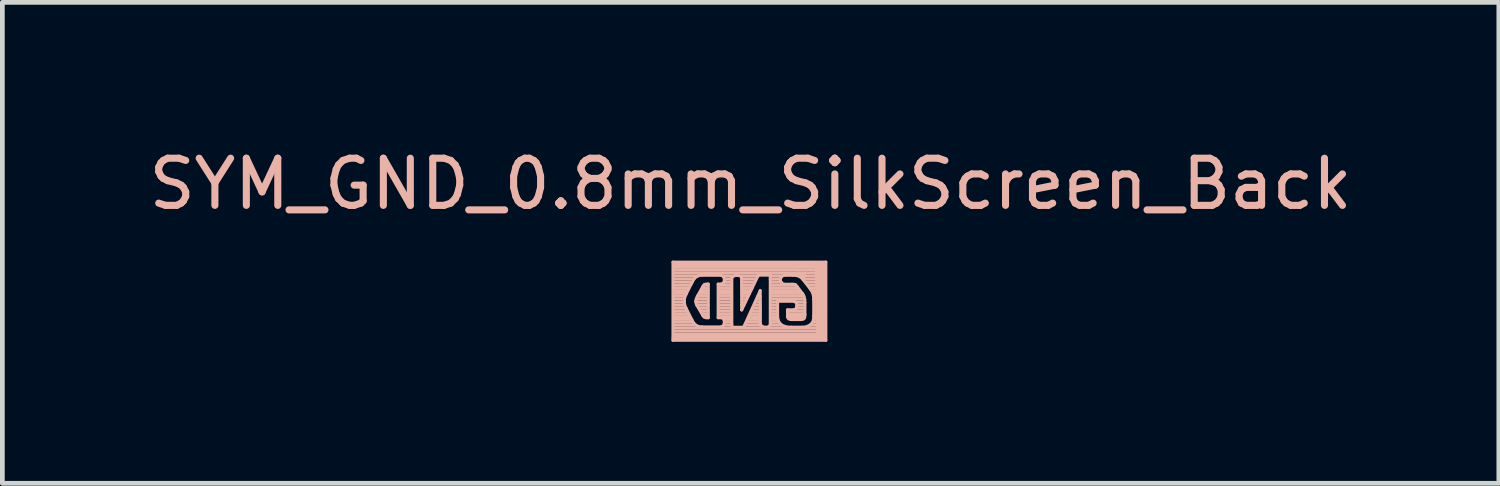
<source format=kicad_pcb>
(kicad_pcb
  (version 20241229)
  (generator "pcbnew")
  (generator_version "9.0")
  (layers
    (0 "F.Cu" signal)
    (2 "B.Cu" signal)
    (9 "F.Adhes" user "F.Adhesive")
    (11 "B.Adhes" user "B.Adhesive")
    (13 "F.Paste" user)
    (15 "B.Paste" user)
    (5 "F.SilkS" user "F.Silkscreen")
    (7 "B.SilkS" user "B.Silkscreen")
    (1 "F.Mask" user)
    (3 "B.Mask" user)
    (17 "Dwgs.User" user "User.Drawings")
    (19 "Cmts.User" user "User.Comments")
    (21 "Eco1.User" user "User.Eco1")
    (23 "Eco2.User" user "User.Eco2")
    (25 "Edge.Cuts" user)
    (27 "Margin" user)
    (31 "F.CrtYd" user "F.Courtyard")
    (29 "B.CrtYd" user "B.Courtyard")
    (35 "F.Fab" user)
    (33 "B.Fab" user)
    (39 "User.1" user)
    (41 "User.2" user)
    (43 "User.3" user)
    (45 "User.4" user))
  (footprint "SYM_GND_0.8mm_SilkScreen_Back"
    (layer "F.Cu")
    (at 12.787 3.287)
    (property "Reference" "SYM_GND_0.8mm_SilkScreen_Back" (at 0.076 -2.438 0) (layer "B.SilkS") (effects (font (size 1 1) (thickness 0.15))))
    (attr through_hole)
    (fp_line (start -1.57 -0.78) (end -1.57 0.878) (stroke (width 0.064) (type solid)) (layer "B.SilkS"))
    (fp_line (start -1.57 0.878) (end 1.672 0.878) (stroke (width 0.064) (type solid)) (layer "B.SilkS"))
    (fp_line (start -1.537 0.826) (end 1.626 0.8) (stroke (width 0.12) (type solid)) (layer "B.SilkS"))
    (fp_line (start -1.348 0.068) (end -1.549 0.068) (stroke (width 0.064) (type solid)) (layer "B.SilkS"))
    (fp_line (start -1.333 0.006) (end -1.549 0.006) (stroke (width 0.064) (type solid)) (layer "B.SilkS"))
    (fp_line (start -1.33 0.129) (end -1.549 0.129) (stroke (width 0.064) (type solid)) (layer "B.SilkS"))
    (fp_line (start -1.322 -0.055) (end -1.549 -0.055) (stroke (width 0.064) (type solid)) (layer "B.SilkS"))
    (fp_line (start -1.311 0.19) (end -1.549 0.19) (stroke (width 0.064) (type solid)) (layer "B.SilkS"))
    (fp_line (start -1.293 -0.116) (end -1.549 -0.116) (stroke (width 0.064) (type solid)) (layer "B.SilkS"))
    (fp_line (start -1.289 -0.104) (end -1.17 -0.342) (stroke (width 0.064) (type solid)) (layer "B.SilkS"))
    (fp_line (start -1.276 0.251) (end -1.549 0.251) (stroke (width 0.064) (type solid)) (layer "B.SilkS"))
    (fp_line (start -1.262 -0.177) (end -1.549 -0.177) (stroke (width 0.064) (type solid)) (layer "B.SilkS"))
    (fp_line (start -1.255 0.313) (end -1.549 0.313) (stroke (width 0.064) (type solid)) (layer "B.SilkS"))
    (fp_line (start -1.233 -0.239) (end -1.549 -0.239) (stroke (width 0.064) (type solid)) (layer "B.SilkS"))
    (fp_line (start -1.218 0.374) (end -1.549 0.374) (stroke (width 0.064) (type solid)) (layer "B.SilkS"))
    (fp_line (start -1.191 -0.3) (end -1.549 -0.3) (stroke (width 0.064) (type solid)) (layer "B.SilkS"))
    (fp_line (start -1.19 0.435) (end -1.549 0.435) (stroke (width 0.064) (type solid)) (layer "B.SilkS"))
    (fp_line (start -1.167 0.446) (end -1.29 0.201) (stroke (width 0.064) (type solid)) (layer "B.SilkS"))
    (fp_line (start -1.163 -0.361) (end -1.549 -0.361) (stroke (width 0.064) (type solid)) (layer "B.SilkS"))
    (fp_line (start -1.156 0.496) (end -1.549 0.496) (stroke (width 0.064) (type solid)) (layer "B.SilkS"))
    (fp_line (start -1.128 -0.422) (end -1.549 -0.422) (stroke (width 0.064) (type solid)) (layer "B.SilkS"))
    (fp_line (start -1.088 0.558) (end -1.549 0.558) (stroke (width 0.064) (type solid)) (layer "B.SilkS"))
    (fp_line (start -1.06 0.141) (end -0.941 0.343) (stroke (width 0.064) (type solid)) (layer "B.SilkS"))
    (fp_line (start -1.052 -0.484) (end -1.549 -0.484) (stroke (width 0.064) (type solid)) (layer "B.SilkS"))
    (fp_line (start -0.966 -0.5) (end -0.558 -0.5) (stroke (width 0.064) (type solid)) (layer "B.SilkS"))
    (fp_line (start -0.94 -0.257) (end -1.052 -0.057) (stroke (width 0.064) (type solid)) (layer "B.SilkS"))
    (fp_line (start -0.847 0.399) (end -0.821 0.399) (stroke (width 0.064) (type solid)) (layer "B.SilkS"))
    (fp_line (start -0.837 0.19) (end -1.009 0.19) (stroke (width 0.064) (type solid)) (layer "B.SilkS"))
    (fp_line (start -0.837 0.068) (end -1.066 0.068) (stroke (width 0.064) (type solid)) (layer "B.SilkS"))
    (fp_line (start -0.835 -0.239) (end -0.932 -0.239) (stroke (width 0.064) (type solid)) (layer "B.SilkS"))
    (fp_line (start -0.832 -0.3) (end -0.901 -0.3) (stroke (width 0.064) (type solid)) (layer "B.SilkS"))
    (fp_line (start -0.83 -0.055) (end -1.033 -0.055) (stroke (width 0.064) (type solid)) (layer "B.SilkS"))
    (fp_line (start -0.83 0.251) (end -0.966 0.251) (stroke (width 0.064) (type solid)) (layer "B.SilkS"))
    (fp_line (start -0.83 0.313) (end -0.932 0.313) (stroke (width 0.064) (type solid)) (layer "B.SilkS"))
    (fp_line (start -0.829 0.006) (end -1.058 0.006) (stroke (width 0.064) (type solid)) (layer "B.SilkS"))
    (fp_line (start -0.827 -0.116) (end -1.004 -0.116) (stroke (width 0.064) (type solid)) (layer "B.SilkS"))
    (fp_line (start -0.826 0.129) (end -1.042 0.129) (stroke (width 0.064) (type solid)) (layer "B.SilkS"))
    (fp_line (start -0.825 -0.177) (end -0.97 -0.177) (stroke (width 0.064) (type solid)) (layer "B.SilkS"))
    (fp_line (start -0.825 0.374) (end -0.904 0.374) (stroke (width 0.064) (type solid)) (layer "B.SilkS"))
    (fp_line (start -0.821 -0.314) (end -0.838 -0.314) (stroke (width 0.064) (type solid)) (layer "B.SilkS"))
    (fp_line (start -0.821 0.399) (end -0.821 -0.314) (stroke (width 0.064) (type solid)) (layer "B.SilkS"))
    (fp_line (start -0.612 -0.314) (end -0.612 0.399) (stroke (width 0.064) (type solid)) (layer "B.SilkS"))
    (fp_line (start -0.612 0.399) (end -0.547 0.399) (stroke (width 0.064) (type solid)) (layer "B.SilkS"))
    (fp_line (start -0.562 -0.314) (end -0.612 -0.314) (stroke (width 0.064) (type solid)) (layer "B.SilkS"))
    (fp_line (start -0.547 0.593) (end -0.954 0.593) (stroke (width 0.064) (type solid)) (layer "B.SilkS"))
    (fp_line (start -0.341 -0.361) (end -0.477 -0.361) (stroke (width 0.064) (type solid)) (layer "B.SilkS"))
    (fp_line (start -0.336 -0.239) (end -0.598 -0.239) (stroke (width 0.064) (type solid)) (layer "B.SilkS"))
    (fp_line (start -0.333 0.435) (end -0.487 0.435) (stroke (width 0.064) (type solid)) (layer "B.SilkS"))
    (fp_line (start -0.331 -0.422) (end -0.469 -0.422) (stroke (width 0.064) (type solid)) (layer "B.SilkS"))
    (fp_line (start -0.331 0.251) (end -0.597 0.251) (stroke (width 0.064) (type solid)) (layer "B.SilkS"))
    (fp_line (start -0.331 0.313) (end -0.599 0.313) (stroke (width 0.064) (type solid)) (layer "B.SilkS"))
    (fp_line (start -0.331 -0.116) (end -0.596 -0.116) (stroke (width 0.064) (type solid)) (layer "B.SilkS"))
    (fp_line (start -0.33 -0.3) (end -0.585 -0.3) (stroke (width 0.064) (type solid)) (layer "B.SilkS"))
    (fp_line (start -0.328 -0.177) (end -0.594 -0.177) (stroke (width 0.064) (type solid)) (layer "B.SilkS"))
    (fp_line (start -0.328 0.19) (end -0.592 0.19) (stroke (width 0.064) (type solid)) (layer "B.SilkS"))
    (fp_line (start -0.328 0.496) (end -0.46 0.496) (stroke (width 0.064) (type solid)) (layer "B.SilkS"))
    (fp_line (start -0.327 0.006) (end -0.594 0.006) (stroke (width 0.064) (type solid)) (layer "B.SilkS"))
    (fp_line (start -0.327 0.129) (end -0.595 0.129) (stroke (width 0.064) (type solid)) (layer "B.SilkS"))
    (fp_line (start -0.326 -0.055) (end -0.595 -0.055) (stroke (width 0.064) (type solid)) (layer "B.SilkS"))
    (fp_line (start -0.326 0.374) (end -0.601 0.374) (stroke (width 0.064) (type solid)) (layer "B.SilkS"))
    (fp_line (start -0.325 0.068) (end -0.599 0.068) (stroke (width 0.064) (type solid)) (layer "B.SilkS"))
    (fp_line (start -0.322 0.601) (end -0.322 -0.435) (stroke (width 0.064) (type solid)) (layer "B.SilkS"))
    (fp_line (start -0.321 0.558) (end -0.485 0.558) (stroke (width 0.064) (type solid)) (layer "B.SilkS"))
    (fp_line (start -0.296 -0.484) (end -0.502 -0.484) (stroke (width 0.064) (type solid)) (layer "B.SilkS"))
    (fp_line (start -0.115 -0.435) (end -0.113 0.232) (stroke (width 0.064) (type solid)) (layer "B.SilkS"))
    (fp_line (start -0.112 0.232) (end 0.24 -0.503) (stroke (width 0.064) (type solid)) (layer "B.SilkS"))
    (fp_line (start -0.072 0.601) (end -0.322 0.601) (stroke (width 0.064) (type solid)) (layer "B.SilkS"))
    (fp_line (start -0.067 0.129) (end -0.113 0.129) (stroke (width 0.064) (type solid)) (layer "B.SilkS"))
    (fp_line (start -0.039 0.068) (end -0.108 0.068) (stroke (width 0.064) (type solid)) (layer "B.SilkS"))
    (fp_line (start -0.014 0.006) (end -0.102 0.006) (stroke (width 0.064) (type solid)) (layer "B.SilkS"))
    (fp_line (start 0.013 -0.055) (end -0.091 -0.055) (stroke (width 0.064) (type solid)) (layer "B.SilkS"))
    (fp_line (start 0.051 -0.116) (end -0.101 -0.116) (stroke (width 0.064) (type solid)) (layer "B.SilkS"))
    (fp_line (start 0.079 -0.177) (end -0.103 -0.177) (stroke (width 0.064) (type solid)) (layer "B.SilkS"))
    (fp_line (start 0.11 -0.239) (end -0.102 -0.239) (stroke (width 0.064) (type solid)) (layer "B.SilkS"))
    (fp_line (start 0.13 -0.3) (end -0.101 -0.3) (stroke (width 0.064) (type solid)) (layer "B.SilkS"))
    (fp_line (start 0.154 -0.361) (end -0.091 -0.361) (stroke (width 0.064) (type solid)) (layer "B.SilkS"))
    (fp_line (start 0.188 -0.422) (end -0.101 -0.422) (stroke (width 0.064) (type solid)) (layer "B.SilkS"))
    (fp_line (start 0.232 -0.484) (end -0.121 -0.484) (stroke (width 0.064) (type solid)) (layer "B.SilkS"))
    (fp_line (start 0.24 -0.503) (end 0.493 -0.503) (stroke (width 0.064) (type solid)) (layer "B.SilkS"))
    (fp_line (start 0.27 0.374) (end 0.047 0.374) (stroke (width 0.064) (type solid)) (layer "B.SilkS"))
    (fp_line (start 0.27 0.006) (end 0.216 0.006) (stroke (width 0.064) (type solid)) (layer "B.SilkS"))
    (fp_line (start 0.273 0.435) (end 0.02 0.435) (stroke (width 0.064) (type solid)) (layer "B.SilkS"))
    (fp_line (start 0.274 0.129) (end 0.165 0.129) (stroke (width 0.064) (type solid)) (layer "B.SilkS"))
    (fp_line (start 0.274 0.19) (end 0.133 0.19) (stroke (width 0.064) (type solid)) (layer "B.SilkS"))
    (fp_line (start 0.274 0.496) (end -0.004 0.496) (stroke (width 0.064) (type solid)) (layer "B.SilkS"))
    (fp_line (start 0.278 0.313) (end 0.086 0.313) (stroke (width 0.064) (type solid)) (layer "B.SilkS"))
    (fp_line (start 0.278 0.068) (end 0.185 0.068) (stroke (width 0.064) (type solid)) (layer "B.SilkS"))
    (fp_line (start 0.279 0.251) (end 0.107 0.251) (stroke (width 0.064) (type solid)) (layer "B.SilkS"))
    (fp_line (start 0.28 -0.055) (end 0.233 -0.055) (stroke (width 0.064) (type solid)) (layer "B.SilkS"))
    (fp_line (start 0.28 -0.176) (end -0.072 0.601) (stroke (width 0.064) (type solid)) (layer "B.SilkS"))
    (fp_line (start 0.298 0.558) (end -0.045 0.558) (stroke (width 0.064) (type solid)) (layer "B.SilkS"))
    (fp_line (start 0.493 -0.503) (end 0.493 0.533) (stroke (width 0.064) (type solid)) (layer "B.SilkS"))
    (fp_line (start 0.629 0.129) (end 0.513 0.129) (stroke (width 0.064) (type solid)) (layer "B.SilkS"))
    (fp_line (start 0.634 0.251) (end 0.502 0.251) (stroke (width 0.064) (type solid)) (layer "B.SilkS"))
    (fp_line (start 0.637 0.19) (end 0.512 0.19) (stroke (width 0.064) (type solid)) (layer "B.SilkS"))
    (fp_line (start 0.642 0.313) (end 0.502 0.313) (stroke (width 0.064) (type solid)) (layer "B.SilkS"))
    (fp_line (start 0.643 0.068) (end 0.509 0.068) (stroke (width 0.064) (type solid)) (layer "B.SilkS"))
    (fp_line (start 0.643 0.374) (end 0.503 0.374) (stroke (width 0.064) (type solid)) (layer "B.SilkS"))
    (fp_line (start 0.649 0.05) (end 0.99 0.05) (stroke (width 0.064) (type solid)) (layer "B.SilkS"))
    (fp_line (start 0.649 0.361) (end 0.649 0.05) (stroke (width 0.064) (type solid)) (layer "B.SilkS"))
    (fp_line (start 0.651 0.435) (end 0.501 0.435) (stroke (width 0.064) (type solid)) (layer "B.SilkS"))
    (fp_line (start 0.673 0.496) (end 0.506 0.496) (stroke (width 0.064) (type solid)) (layer "B.SilkS"))
    (fp_line (start 0.699 -0.422) (end 0.493 -0.422) (stroke (width 0.064) (type solid)) (layer "B.SilkS"))
    (fp_line (start 0.721 -0.361) (end 0.5 -0.361) (stroke (width 0.064) (type solid)) (layer "B.SilkS"))
    (fp_line (start 0.726 0.558) (end 0.493 0.558) (stroke (width 0.064) (type solid)) (layer "B.SilkS"))
    (fp_line (start 0.734 -0.484) (end 0.492 -0.484) (stroke (width 0.064) (type solid)) (layer "B.SilkS"))
    (fp_line (start 0.791 -0.501) (end 0.972 -0.501) (stroke (width 0.064) (type solid)) (layer "B.SilkS"))
    (fp_line (start 0.859 0.231) (end 0.859 0.368) (stroke (width 0.064) (type solid)) (layer "B.SilkS"))
    (fp_line (start 0.914 0.394) (end 1.156 0.394) (stroke (width 0.12) (type solid)) (layer "B.SilkS"))
    (fp_line (start 0.948 0.438) (end 1.135 0.438) (stroke (width 0.064) (type solid)) (layer "B.SilkS"))
    (fp_line (start 0.953 -0.311) (end 0.791 -0.311) (stroke (width 0.064) (type solid)) (layer "B.SilkS"))
    (fp_line (start 0.99 0.231) (end 0.859 0.231) (stroke (width 0.064) (type solid)) (layer "B.SilkS"))
    (fp_line (start 1.03 -0.3) (end 0.498 -0.3) (stroke (width 0.064) (type solid)) (layer "B.SilkS"))
    (fp_line (start 1.061 -0.239) (end 0.503 -0.239) (stroke (width 0.064) (type solid)) (layer "B.SilkS"))
    (fp_line (start 1.108 -0.177) (end 0.499 -0.177) (stroke (width 0.064) (type solid)) (layer "B.SilkS"))
    (fp_line (start 1.17 -0.116) (end 0.495 -0.116) (stroke (width 0.064) (type solid)) (layer "B.SilkS"))
    (fp_line (start 1.172 0.6) (end 0.94 0.6) (stroke (width 0.064) (type solid)) (layer "B.SilkS"))
    (fp_line (start 1.186 -0.099) (end 1.067 -0.256) (stroke (width 0.064) (type solid)) (layer "B.SilkS"))
    (fp_line (start 1.186 -0.411) (end 1.345 -0.207) (stroke (width 0.064) (type solid)) (layer "B.SilkS"))
    (fp_line (start 1.194 -0.495) (end 1.092 -0.521) (stroke (width 0.12) (type solid)) (layer "B.SilkS"))
    (fp_line (start 1.202 -0.055) (end 0.501 -0.055) (stroke (width 0.064) (type solid)) (layer "B.SilkS"))
    (fp_line (start 1.217 0.19) (end 1.052 0.19) (stroke (width 0.064) (type solid)) (layer "B.SilkS"))
    (fp_line (start 1.219 0.251) (end 0.867 0.251) (stroke (width 0.064) (type solid)) (layer "B.SilkS"))
    (fp_line (start 1.219 0.374) (end 0.872 0.374) (stroke (width 0.064) (type solid)) (layer "B.SilkS"))
    (fp_line (start 1.22 0.068) (end 1.031 0.068) (stroke (width 0.064) (type solid)) (layer "B.SilkS"))
    (fp_line (start 1.221 0.129) (end 1.079 0.129) (stroke (width 0.064) (type solid)) (layer "B.SilkS"))
    (fp_line (start 1.222 0.006) (end 0.505 0.006) (stroke (width 0.064) (type solid)) (layer "B.SilkS"))
    (fp_line (start 1.224 0.313) (end 0.868 0.313) (stroke (width 0.064) (type solid)) (layer "B.SilkS"))
    (fp_line (start 1.228 0.341) (end 1.228 0.077) (stroke (width 0.064) (type solid)) (layer "B.SilkS"))
    (fp_line (start 1.414 0.016) (end 1.414 0.353) (stroke (width 0.064) (type solid)) (layer "B.SilkS"))
    (fp_line (start 1.524 0.826) (end 1.499 -0.66) (stroke (width 0.12) (type solid)) (layer "B.SilkS"))
    (fp_line (start 1.587 0.826) (end 1.524 0.826) (stroke (width 0.12) (type solid)) (layer "B.SilkS"))
    (fp_line (start 1.6 -0.673) (end 1.587 0.826) (stroke (width 0.12) (type solid)) (layer "B.SilkS"))
    (fp_line (start 1.63 -0.729) (end -1.549 -0.729) (stroke (width 0.064) (type solid)) (layer "B.SilkS"))
    (fp_line (start 1.63 -0.667) (end -1.549 -0.667) (stroke (width 0.064) (type solid)) (layer "B.SilkS"))
    (fp_line (start 1.63 -0.606) (end -1.549 -0.606) (stroke (width 0.064) (type solid)) (layer "B.SilkS"))
    (fp_line (start 1.63 -0.545) (end -1.549 -0.545) (stroke (width 0.064) (type solid)) (layer "B.SilkS"))
    (fp_line (start 1.63 -0.484) (end 1.131 -0.484) (stroke (width 0.064) (type solid)) (layer "B.SilkS"))
    (fp_line (start 1.63 -0.422) (end 1.187 -0.422) (stroke (width 0.064) (type solid)) (layer "B.SilkS"))
    (fp_line (start 1.63 -0.361) (end 1.239 -0.361) (stroke (width 0.064) (type solid)) (layer "B.SilkS"))
    (fp_line (start 1.63 -0.3) (end 1.294 -0.3) (stroke (width 0.064) (type solid)) (layer "B.SilkS"))
    (fp_line (start 1.63 -0.239) (end 1.335 -0.239) (stroke (width 0.064) (type solid)) (layer "B.SilkS"))
    (fp_line (start 1.63 -0.177) (end 1.383 -0.177) (stroke (width 0.064) (type solid)) (layer "B.SilkS"))
    (fp_line (start 1.63 -0.116) (end 1.411 -0.116) (stroke (width 0.064) (type solid)) (layer "B.SilkS"))
    (fp_line (start 1.63 -0.055) (end 1.423 -0.055) (stroke (width 0.064) (type solid)) (layer "B.SilkS"))
    (fp_line (start 1.63 0.006) (end 1.425 0.006) (stroke (width 0.064) (type solid)) (layer "B.SilkS"))
    (fp_line (start 1.63 0.068) (end 1.428 0.068) (stroke (width 0.064) (type solid)) (layer "B.SilkS"))
    (fp_line (start 1.63 0.129) (end 1.433 0.129) (stroke (width 0.064) (type solid)) (layer "B.SilkS"))
    (fp_line (start 1.63 0.19) (end 1.431 0.19) (stroke (width 0.064) (type solid)) (layer "B.SilkS"))
    (fp_line (start 1.63 0.251) (end 1.436 0.251) (stroke (width 0.064) (type solid)) (layer "B.SilkS"))
    (fp_line (start 1.63 0.313) (end 1.429 0.313) (stroke (width 0.064) (type solid)) (layer "B.SilkS"))
    (fp_line (start 1.63 0.374) (end 1.424 0.374) (stroke (width 0.064) (type solid)) (layer "B.SilkS"))
    (fp_line (start 1.63 0.435) (end 1.424 0.435) (stroke (width 0.064) (type solid)) (layer "B.SilkS"))
    (fp_line (start 1.63 0.496) (end 1.397 0.496) (stroke (width 0.064) (type solid)) (layer "B.SilkS"))
    (fp_line (start 1.63 0.558) (end 1.354 0.558) (stroke (width 0.064) (type solid)) (layer "B.SilkS"))
    (fp_line (start 1.63 0.619) (end -1.549 0.619) (stroke (width 0.064) (type solid)) (layer "B.SilkS"))
    (fp_line (start 1.63 0.68) (end -1.549 0.68) (stroke (width 0.064) (type solid)) (layer "B.SilkS"))
    (fp_line (start 1.63 0.741) (end -1.549 0.741) (stroke (width 0.064) (type solid)) (layer "B.SilkS"))
    (fp_line (start 1.63 0.803) (end -1.549 0.803) (stroke (width 0.064) (type solid)) (layer "B.SilkS"))
    (fp_line (start 1.672 -0.78) (end -1.57 -0.78) (stroke (width 0.064) (type solid)) (layer "B.SilkS"))
    (fp_line (start 1.672 0.878) (end 1.672 -0.78) (stroke (width 0.064) (type solid)) (layer "B.SilkS"))
    (fp_curve (pts (xy -1.329 0.052) (xy -1.329 -0.01) (xy -1.316 -0.049) (xy -1.289 -0.104)) (stroke (width 0.064) (type solid)) (layer "B.SilkS"))
    (fp_curve (pts (xy -1.29 0.201) (xy -1.314 0.152) (xy -1.329 0.106) (xy -1.329 0.052)) (stroke (width 0.064) (type solid)) (layer "B.SilkS"))
    (fp_curve (pts (xy -1.17 -0.342) (xy -1.124 -0.433) (xy -1.072 -0.5) (xy -0.966 -0.5)) (stroke (width 0.064) (type solid)) (layer "B.SilkS"))
    (fp_curve (pts (xy -1.086 0.054) (xy -1.086 0.087) (xy -1.075 0.11) (xy -1.06 0.141)) (stroke (width 0.064) (type solid)) (layer "B.SilkS"))
    (fp_curve (pts (xy -1.052 -0.057) (xy -1.071 -0.018) (xy -1.086 0.008) (xy -1.086 0.054)) (stroke (width 0.064) (type solid)) (layer "B.SilkS"))
    (fp_curve (pts (xy -0.954 0.593) (xy -1.059 0.593) (xy -1.12 0.542) (xy -1.167 0.446)) (stroke (width 0.064) (type solid)) (layer "B.SilkS"))
    (fp_curve (pts (xy -0.941 0.343) (xy -0.917 0.393) (xy -0.904 0.399) (xy -0.847 0.399)) (stroke (width 0.064) (type solid)) (layer "B.SilkS"))
    (fp_curve (pts (xy -0.838 -0.314) (xy -0.9 -0.314) (xy -0.912 -0.315) (xy -0.94 -0.257)) (stroke (width 0.064) (type solid)) (layer "B.SilkS"))
    (fp_curve (pts (xy -0.558 -0.5) (xy -0.516 -0.5) (xy -0.48 -0.453) (xy -0.48 -0.405)) (stroke (width 0.064) (type solid)) (layer "B.SilkS"))
    (fp_curve (pts (xy -0.547 0.399) (xy -0.512 0.399) (xy -0.48 0.44) (xy -0.48 0.489)) (stroke (width 0.064) (type solid)) (layer "B.SilkS"))
    (fp_curve (pts (xy -0.48 -0.405) (xy -0.48 -0.354) (xy -0.517 -0.314) (xy -0.562 -0.314)) (stroke (width 0.064) (type solid)) (layer "B.SilkS"))
    (fp_curve (pts (xy -0.48 0.489) (xy -0.48 0.538) (xy -0.512 0.593) (xy -0.547 0.593)) (stroke (width 0.064) (type solid)) (layer "B.SilkS"))
    (fp_curve (pts (xy -0.322 -0.435) (xy -0.322 -0.478) (xy -0.258 -0.499) (xy -0.209 -0.499)) (stroke (width 0.064) (type solid)) (layer "B.SilkS"))
    (fp_curve (pts (xy -0.209 -0.499) (xy -0.161 -0.499) (xy -0.115 -0.478) (xy -0.115 -0.435)) (stroke (width 0.064) (type solid)) (layer "B.SilkS"))
    (fp_curve (pts (xy -0.113 0.232) (xy -0.113 0.233) (xy -0.113 0.232) (xy -0.112 0.232)) (stroke (width 0.064) (type solid)) (layer "B.SilkS"))
    (fp_curve (pts (xy 0.283 0.533) (xy 0.285 0.297) (xy 0.283 0.06) (xy 0.28 -0.176)) (stroke (width 0.064) (type solid)) (layer "B.SilkS"))
    (fp_curve (pts (xy 0.4 0.601) (xy 0.351 0.601) (xy 0.283 0.576) (xy 0.283 0.533)) (stroke (width 0.064) (type solid)) (layer "B.SilkS"))
    (fp_curve (pts (xy 0.493 0.533) (xy 0.493 0.576) (xy 0.449 0.601) (xy 0.4 0.601)) (stroke (width 0.064) (type solid)) (layer "B.SilkS"))
    (fp_curve (pts (xy 0.706 -0.405) (xy 0.706 -0.453) (xy 0.756 -0.501) (xy 0.791 -0.501)) (stroke (width 0.064) (type solid)) (layer "B.SilkS"))
    (fp_curve (pts (xy 0.791 -0.311) (xy 0.756 -0.311) (xy 0.706 -0.356) (xy 0.706 -0.405)) (stroke (width 0.064) (type solid)) (layer "B.SilkS"))
    (fp_curve (pts (xy 0.859 0.368) (xy 0.859 0.427) (xy 0.899 0.438) (xy 0.948 0.438)) (stroke (width 0.064) (type solid)) (layer "B.SilkS"))
    (fp_curve (pts (xy 0.94 0.6) (xy 0.746 0.6) (xy 0.649 0.52) (xy 0.649 0.361)) (stroke (width 0.064) (type solid)) (layer "B.SilkS"))
    (fp_curve (pts (xy 0.972 -0.501) (xy 1.06 -0.501) (xy 1.132 -0.48) (xy 1.186 -0.411)) (stroke (width 0.064) (type solid)) (layer "B.SilkS"))
    (fp_curve (pts (xy 0.99 0.05) (xy 1.025 0.05) (xy 1.057 0.089) (xy 1.057 0.138)) (stroke (width 0.064) (type solid)) (layer "B.SilkS"))
    (fp_curve (pts (xy 1.057 0.138) (xy 1.057 0.187) (xy 1.025 0.231) (xy 0.99 0.231)) (stroke (width 0.064) (type solid)) (layer "B.SilkS"))
    (fp_curve (pts (xy 1.067 -0.256) (xy 1.022 -0.312) (xy 1.028 -0.311) (xy 0.953 -0.311)) (stroke (width 0.064) (type solid)) (layer "B.SilkS"))
    (fp_curve (pts (xy 1.135 0.438) (xy 1.212 0.438) (xy 1.228 0.415) (xy 1.228 0.341)) (stroke (width 0.064) (type solid)) (layer "B.SilkS"))
    (fp_curve (pts (xy 1.228 0.077) (xy 1.228 0.011) (xy 1.222 -0.043) (xy 1.186 -0.099)) (stroke (width 0.064) (type solid)) (layer "B.SilkS"))
    (fp_curve (pts (xy 1.345 -0.207) (xy 1.397 -0.141) (xy 1.414 -0.07) (xy 1.414 0.016)) (stroke (width 0.064) (type solid)) (layer "B.SilkS"))
    (fp_curve (pts (xy 1.356 0.536) (xy 1.309 0.579) (xy 1.234 0.6) (xy 1.172 0.6)) (stroke (width 0.064) (type solid)) (layer "B.SilkS"))
    (fp_curve (pts (xy 1.414 0.353) (xy 1.414 0.421) (xy 1.41 0.487) (xy 1.356 0.536)) (stroke (width 0.064) (type solid)) (layer "B.SilkS")))
  (gr_rect
    (start -3 -3)
    (end 28.726 7.196)
    (stroke (width 0.1) (type default))
    (fill no)
    (layer "Edge.Cuts")))
</source>
